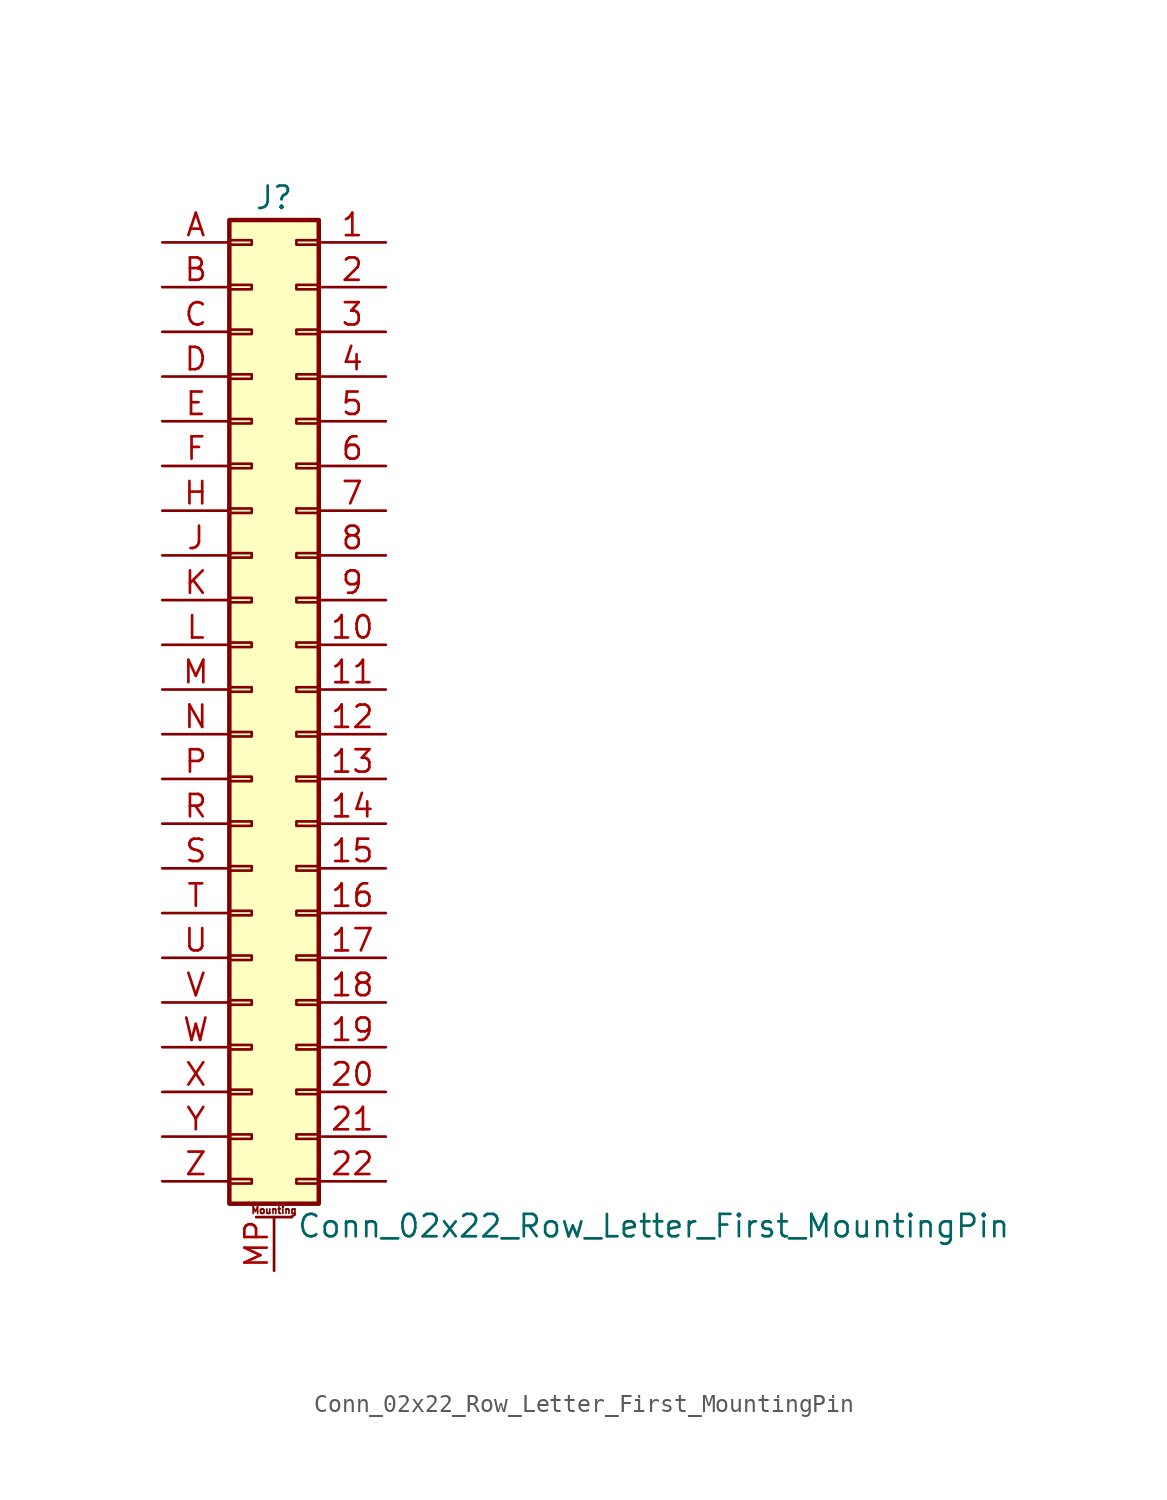
<source format=kicad_sym>
(kicad_symbol_lib
  (version 20241209)
  (generator "kicad_symbol_editor")
  (generator_version "9.0")
  (symbol "Conn_02x22_Row_Letter_First_MountingPin"
    (pin_names
      (offset 1.016)
      (hide yes))
    (property "Reference" "J"
      (at 1.27 27.94 0)
      (effects (font (size 1.27 1.27))))
    (property "Value" "Conn_02x22_Row_Letter_First_MountingPin"
      (at 2.54 -30.48 0)
      (effects (font (size 1.27 1.27)) (justify left)))
    (symbol "Conn_02x22_Row_Letter_First_MountingPin_1_1"
      (rectangle (start -1.27 26.67) (end 3.81 -29.21) (stroke (width 0.254) (type default)) (fill (type background)))
      (rectangle (start -1.27 25.527) (end 0 25.273) (stroke (width 0.152) (type default)) (fill (type none)))
      (rectangle (start -1.27 22.987) (end 0 22.733) (stroke (width 0.152) (type default)) (fill (type none)))
      (rectangle (start -1.27 20.447) (end 0 20.193) (stroke (width 0.152) (type default)) (fill (type none)))
      (rectangle (start -1.27 17.907) (end 0 17.653) (stroke (width 0.152) (type default)) (fill (type none)))
      (rectangle (start -1.27 15.367) (end 0 15.113) (stroke (width 0.152) (type default)) (fill (type none)))
      (rectangle (start -1.27 12.827) (end 0 12.573) (stroke (width 0.152) (type default)) (fill (type none)))
      (rectangle (start -1.27 10.287) (end 0 10.033) (stroke (width 0.152) (type default)) (fill (type none)))
      (rectangle (start -1.27 7.747) (end 0 7.493) (stroke (width 0.152) (type default)) (fill (type none)))
      (rectangle (start -1.27 5.207) (end 0 4.953) (stroke (width 0.152) (type default)) (fill (type none)))
      (rectangle (start -1.27 2.667) (end 0 2.413) (stroke (width 0.152) (type default)) (fill (type none)))
      (rectangle (start -1.27 0.127) (end 0 -0.127) (stroke (width 0.152) (type default)) (fill (type none)))
      (rectangle (start -1.27 -2.413) (end 0 -2.667) (stroke (width 0.152) (type default)) (fill (type none)))
      (rectangle (start -1.27 -4.953) (end 0 -5.207) (stroke (width 0.152) (type default)) (fill (type none)))
      (rectangle (start -1.27 -7.493) (end 0 -7.747) (stroke (width 0.152) (type default)) (fill (type none)))
      (rectangle (start -1.27 -10.033) (end 0 -10.287) (stroke (width 0.152) (type default)) (fill (type none)))
      (rectangle (start -1.27 -12.573) (end 0 -12.827) (stroke (width 0.152) (type default)) (fill (type none)))
      (rectangle (start -1.27 -15.113) (end 0 -15.367) (stroke (width 0.152) (type default)) (fill (type none)))
      (rectangle (start -1.27 -17.653) (end 0 -17.907) (stroke (width 0.152) (type default)) (fill (type none)))
      (rectangle (start -1.27 -20.193) (end 0 -20.447) (stroke (width 0.152) (type default)) (fill (type none)))
      (rectangle (start -1.27 -22.733) (end 0 -22.987) (stroke (width 0.152) (type default)) (fill (type none)))
      (rectangle (start -1.27 -25.273) (end 0 -25.527) (stroke (width 0.152) (type default)) (fill (type none)))
      (rectangle (start -1.27 -27.813) (end 0 -28.067) (stroke (width 0.152) (type default)) (fill (type none)))
      (polyline (pts (xy 0.254 -29.972) (xy 2.286 -29.972)) (stroke (width 0.152) (type default)) (fill (type none)))
      (rectangle (start 3.81 25.527) (end 2.54 25.273) (stroke (width 0.152) (type default)) (fill (type none)))
      (rectangle (start 3.81 22.987) (end 2.54 22.733) (stroke (width 0.152) (type default)) (fill (type none)))
      (rectangle (start 3.81 20.447) (end 2.54 20.193) (stroke (width 0.152) (type default)) (fill (type none)))
      (rectangle (start 3.81 17.907) (end 2.54 17.653) (stroke (width 0.152) (type default)) (fill (type none)))
      (rectangle (start 3.81 15.367) (end 2.54 15.113) (stroke (width 0.152) (type default)) (fill (type none)))
      (rectangle (start 3.81 12.827) (end 2.54 12.573) (stroke (width 0.152) (type default)) (fill (type none)))
      (rectangle (start 3.81 10.287) (end 2.54 10.033) (stroke (width 0.152) (type default)) (fill (type none)))
      (rectangle (start 3.81 7.747) (end 2.54 7.493) (stroke (width 0.152) (type default)) (fill (type none)))
      (rectangle (start 3.81 5.207) (end 2.54 4.953) (stroke (width 0.152) (type default)) (fill (type none)))
      (rectangle (start 3.81 2.667) (end 2.54 2.413) (stroke (width 0.152) (type default)) (fill (type none)))
      (rectangle (start 3.81 0.127) (end 2.54 -0.127) (stroke (width 0.152) (type default)) (fill (type none)))
      (rectangle (start 3.81 -2.413) (end 2.54 -2.667) (stroke (width 0.152) (type default)) (fill (type none)))
      (rectangle (start 3.81 -4.953) (end 2.54 -5.207) (stroke (width 0.152) (type default)) (fill (type none)))
      (rectangle (start 3.81 -7.493) (end 2.54 -7.747) (stroke (width 0.152) (type default)) (fill (type none)))
      (rectangle (start 3.81 -10.033) (end 2.54 -10.287) (stroke (width 0.152) (type default)) (fill (type none)))
      (rectangle (start 3.81 -12.573) (end 2.54 -12.827) (stroke (width 0.152) (type default)) (fill (type none)))
      (rectangle (start 3.81 -15.113) (end 2.54 -15.367) (stroke (width 0.152) (type default)) (fill (type none)))
      (rectangle (start 3.81 -17.653) (end 2.54 -17.907) (stroke (width 0.152) (type default)) (fill (type none)))
      (rectangle (start 3.81 -20.193) (end 2.54 -20.447) (stroke (width 0.152) (type default)) (fill (type none)))
      (rectangle (start 3.81 -22.733) (end 2.54 -22.987) (stroke (width 0.152) (type default)) (fill (type none)))
      (rectangle (start 3.81 -25.273) (end 2.54 -25.527) (stroke (width 0.152) (type default)) (fill (type none)))
      (rectangle (start 3.81 -27.813) (end 2.54 -28.067) (stroke (width 0.152) (type default)) (fill (type none)))
      (text "Mounting" (at 1.27 -29.591 0) (effects (font (size 0.381 0.381))))
      (pin passive line (at -5.08 25.4 0) (length 3.81) (name "Pin_a1" (effects (font (size 1.27 1.27)))) (number "A" (effects (font (size 1.27 1.27)))))
      (pin passive line (at -5.08 22.86 0) (length 3.81) (name "Pin_a2" (effects (font (size 1.27 1.27)))) (number "B" (effects (font (size 1.27 1.27)))))
      (pin passive line (at -5.08 20.32 0) (length 3.81) (name "Pin_a3" (effects (font (size 1.27 1.27)))) (number "C" (effects (font (size 1.27 1.27)))))
      (pin passive line (at -5.08 17.78 0) (length 3.81) (name "Pin_a4" (effects (font (size 1.27 1.27)))) (number "D" (effects (font (size 1.27 1.27)))))
      (pin passive line (at -5.08 15.24 0) (length 3.81) (name "Pin_a5" (effects (font (size 1.27 1.27)))) (number "E" (effects (font (size 1.27 1.27)))))
      (pin passive line (at -5.08 12.7 0) (length 3.81) (name "Pin_a6" (effects (font (size 1.27 1.27)))) (number "F" (effects (font (size 1.27 1.27)))))
      (pin passive line (at -5.08 10.16 0) (length 3.81) (name "Pin_a7" (effects (font (size 1.27 1.27)))) (number "H" (effects (font (size 1.27 1.27)))))
      (pin passive line (at -5.08 7.62 0) (length 3.81) (name "Pin_a8" (effects (font (size 1.27 1.27)))) (number "J" (effects (font (size 1.27 1.27)))))
      (pin passive line (at -5.08 5.08 0) (length 3.81) (name "Pin_a9" (effects (font (size 1.27 1.27)))) (number "K" (effects (font (size 1.27 1.27)))))
      (pin passive line (at -5.08 2.54 0) (length 3.81) (name "Pin_a10" (effects (font (size 1.27 1.27)))) (number "L" (effects (font (size 1.27 1.27)))))
      (pin passive line (at -5.08 0 0) (length 3.81) (name "Pin_a11" (effects (font (size 1.27 1.27)))) (number "M" (effects (font (size 1.27 1.27)))))
      (pin passive line (at -5.08 -2.54 0) (length 3.81) (name "Pin_a12" (effects (font (size 1.27 1.27)))) (number "N" (effects (font (size 1.27 1.27)))))
      (pin passive line (at -5.08 -5.08 0) (length 3.81) (name "Pin_a13" (effects (font (size 1.27 1.27)))) (number "P" (effects (font (size 1.27 1.27)))))
      (pin passive line (at -5.08 -7.62 0) (length 3.81) (name "Pin_a14" (effects (font (size 1.27 1.27)))) (number "R" (effects (font (size 1.27 1.27)))))
      (pin passive line (at -5.08 -10.16 0) (length 3.81) (name "Pin_a15" (effects (font (size 1.27 1.27)))) (number "S" (effects (font (size 1.27 1.27)))))
      (pin passive line (at -5.08 -12.7 0) (length 3.81) (name "Pin_a16" (effects (font (size 1.27 1.27)))) (number "T" (effects (font (size 1.27 1.27)))))
      (pin passive line (at -5.08 -15.24 0) (length 3.81) (name "Pin_a17" (effects (font (size 1.27 1.27)))) (number "U" (effects (font (size 1.27 1.27)))))
      (pin passive line (at -5.08 -17.78 0) (length 3.81) (name "Pin_a18" (effects (font (size 1.27 1.27)))) (number "V" (effects (font (size 1.27 1.27)))))
      (pin passive line (at -5.08 -20.32 0) (length 3.81) (name "Pin_a19" (effects (font (size 1.27 1.27)))) (number "W" (effects (font (size 1.27 1.27)))))
      (pin passive line (at -5.08 -22.86 0) (length 3.81) (name "Pin_a20" (effects (font (size 1.27 1.27)))) (number "X" (effects (font (size 1.27 1.27)))))
      (pin passive line (at -5.08 -25.4 0) (length 3.81) (name "Pin_a21" (effects (font (size 1.27 1.27)))) (number "Y" (effects (font (size 1.27 1.27)))))
      (pin passive line (at -5.08 -27.94 0) (length 3.81) (name "Pin_a22" (effects (font (size 1.27 1.27)))) (number "Z" (effects (font (size 1.27 1.27)))))
      (pin passive line (at 1.27 -33.02 90) (length 3.048) (name "MountPin" (effects (font (size 1.27 1.27)))) (number "MP" (effects (font (size 1.27 1.27)))))
      (pin passive line (at 7.62 25.4 180) (length 3.81) (name "Pin_b1" (effects (font (size 1.27 1.27)))) (number "1" (effects (font (size 1.27 1.27)))))
      (pin passive line (at 7.62 22.86 180) (length 3.81) (name "Pin_b2" (effects (font (size 1.27 1.27)))) (number "2" (effects (font (size 1.27 1.27)))))
      (pin passive line (at 7.62 20.32 180) (length 3.81) (name "Pin_b3" (effects (font (size 1.27 1.27)))) (number "3" (effects (font (size 1.27 1.27)))))
      (pin passive line (at 7.62 17.78 180) (length 3.81) (name "Pin_b4" (effects (font (size 1.27 1.27)))) (number "4" (effects (font (size 1.27 1.27)))))
      (pin passive line (at 7.62 15.24 180) (length 3.81) (name "Pin_b5" (effects (font (size 1.27 1.27)))) (number "5" (effects (font (size 1.27 1.27)))))
      (pin passive line (at 7.62 12.7 180) (length 3.81) (name "Pin_b6" (effects (font (size 1.27 1.27)))) (number "6" (effects (font (size 1.27 1.27)))))
      (pin passive line (at 7.62 10.16 180) (length 3.81) (name "Pin_b7" (effects (font (size 1.27 1.27)))) (number "7" (effects (font (size 1.27 1.27)))))
      (pin passive line (at 7.62 7.62 180) (length 3.81) (name "Pin_b8" (effects (font (size 1.27 1.27)))) (number "8" (effects (font (size 1.27 1.27)))))
      (pin passive line (at 7.62 5.08 180) (length 3.81) (name "Pin_b9" (effects (font (size 1.27 1.27)))) (number "9" (effects (font (size 1.27 1.27)))))
      (pin passive line (at 7.62 2.54 180) (length 3.81) (name "Pin_b10" (effects (font (size 1.27 1.27)))) (number "10" (effects (font (size 1.27 1.27)))))
      (pin passive line (at 7.62 0 180) (length 3.81) (name "Pin_b11" (effects (font (size 1.27 1.27)))) (number "11" (effects (font (size 1.27 1.27)))))
      (pin passive line (at 7.62 -2.54 180) (length 3.81) (name "Pin_b12" (effects (font (size 1.27 1.27)))) (number "12" (effects (font (size 1.27 1.27)))))
      (pin passive line (at 7.62 -5.08 180) (length 3.81) (name "Pin_b13" (effects (font (size 1.27 1.27)))) (number "13" (effects (font (size 1.27 1.27)))))
      (pin passive line (at 7.62 -7.62 180) (length 3.81) (name "Pin_b14" (effects (font (size 1.27 1.27)))) (number "14" (effects (font (size 1.27 1.27)))))
      (pin passive line (at 7.62 -10.16 180) (length 3.81) (name "Pin_b15" (effects (font (size 1.27 1.27)))) (number "15" (effects (font (size 1.27 1.27)))))
      (pin passive line (at 7.62 -12.7 180) (length 3.81) (name "Pin_b16" (effects (font (size 1.27 1.27)))) (number "16" (effects (font (size 1.27 1.27)))))
      (pin passive line (at 7.62 -15.24 180) (length 3.81) (name "Pin_b17" (effects (font (size 1.27 1.27)))) (number "17" (effects (font (size 1.27 1.27)))))
      (pin passive line (at 7.62 -17.78 180) (length 3.81) (name "Pin_b18" (effects (font (size 1.27 1.27)))) (number "18" (effects (font (size 1.27 1.27)))))
      (pin passive line (at 7.62 -20.32 180) (length 3.81) (name "Pin_b19" (effects (font (size 1.27 1.27)))) (number "19" (effects (font (size 1.27 1.27)))))
      (pin passive line (at 7.62 -22.86 180) (length 3.81) (name "Pin_b20" (effects (font (size 1.27 1.27)))) (number "20" (effects (font (size 1.27 1.27)))))
      (pin passive line (at 7.62 -25.4 180) (length 3.81) (name "Pin_b21" (effects (font (size 1.27 1.27)))) (number "21" (effects (font (size 1.27 1.27)))))
      (pin passive line (at 7.62 -27.94 180) (length 3.81) (name "Pin_b22" (effects (font (size 1.27 1.27)))) (number "22" (effects (font (size 1.27 1.27))))))))
</source>
